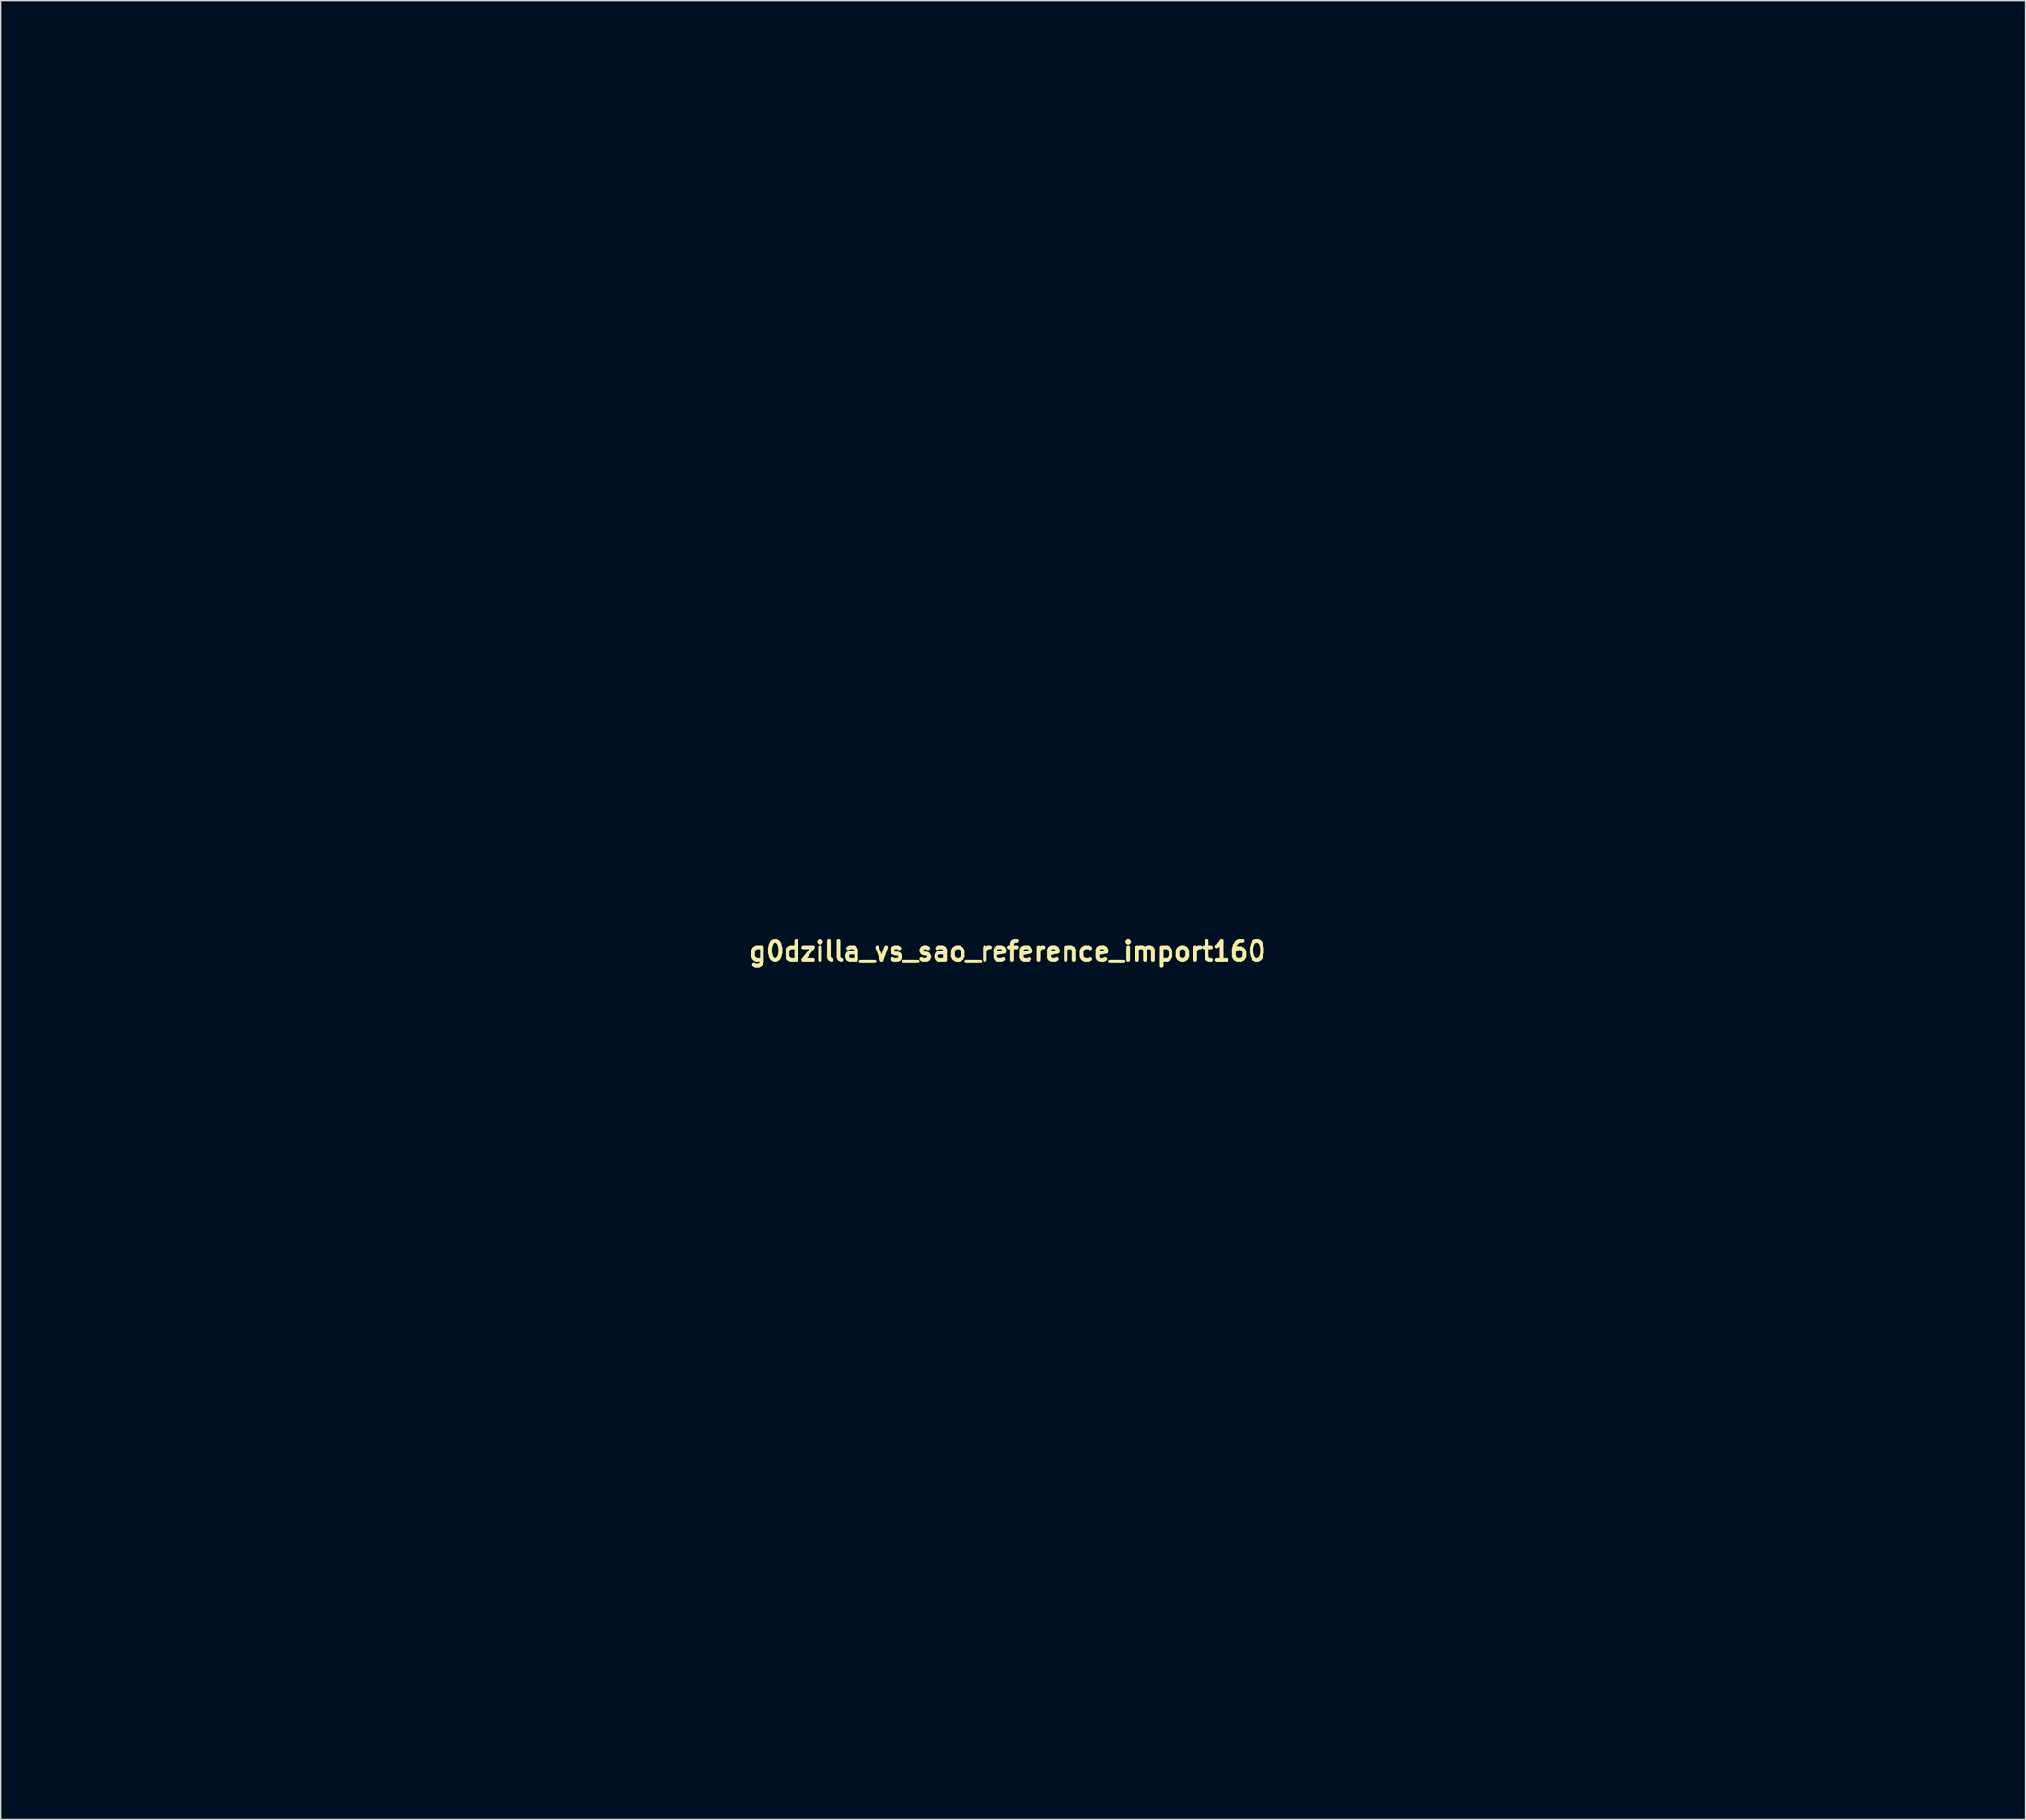
<source format=kicad_pcb>
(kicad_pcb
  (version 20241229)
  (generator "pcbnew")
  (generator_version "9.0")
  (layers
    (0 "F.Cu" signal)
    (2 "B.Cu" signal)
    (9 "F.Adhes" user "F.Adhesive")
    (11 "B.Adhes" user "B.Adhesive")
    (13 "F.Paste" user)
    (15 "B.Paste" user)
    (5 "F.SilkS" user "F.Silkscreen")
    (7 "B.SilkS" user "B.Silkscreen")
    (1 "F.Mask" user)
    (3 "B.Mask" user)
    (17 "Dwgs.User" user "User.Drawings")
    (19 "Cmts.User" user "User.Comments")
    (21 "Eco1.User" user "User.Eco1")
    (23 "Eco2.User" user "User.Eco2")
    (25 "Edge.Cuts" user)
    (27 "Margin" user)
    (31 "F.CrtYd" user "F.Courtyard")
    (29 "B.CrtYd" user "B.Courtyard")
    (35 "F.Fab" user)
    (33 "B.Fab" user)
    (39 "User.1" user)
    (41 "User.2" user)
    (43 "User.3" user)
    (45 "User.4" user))
  (footprint "g0dzilla_vs_sao_reference_import160"
    (layer "F.Cu")
    (at 78.68 74.116)
    (property "Reference" "g0dzilla_vs_sao_reference_import160" (at 0 0 0) (layer "F.SilkS") (effects (font (size 1.5 1.5) (thickness 0.3))))
    (attr board_only exclude_from_pos_files exclude_from_bom)
    (fp_poly (pts (xy -72.486 8.858) (xy -72.486 9.904) (xy -71.355 9.904) (xy -70.224 9.904) (xy -70.224 10.096) (xy -70.224 10.288) (xy -71.355 10.288) (xy -72.486 10.288) (xy -72.486 11.334) (xy -72.486 12.38) (xy -72.657 12.38) (xy -72.828 12.38) (xy -72.828 11.334) (xy -72.828 10.288) (xy -73.852 10.288) (xy -74.877 10.288) (xy -74.877 10.096) (xy -74.877 9.904) (xy -73.852 9.904) (xy -72.828 9.904) (xy -72.828 8.858) (xy -72.828 7.812) (xy -72.657 7.812) (xy -72.486 7.812)) (stroke (width 0.1) (type solid)) (fill no) (layer "Eco1.User"))
    (fp_poly (pts (xy -72.443 -72.998) (xy -72.443 -71.931) (xy -71.333 -71.931) (xy -70.224 -71.931) (xy -70.224 -71.76) (xy -70.224 -71.59) (xy -71.333 -71.59) (xy -72.443 -71.59) (xy -72.443 -70.522) (xy -72.443 -69.455) (xy -72.613 -69.455) (xy -72.783 -69.455) (xy -72.795 -70.512) (xy -72.806 -71.568) (xy -73.841 -71.58) (xy -74.877 -71.591) (xy -74.877 -71.761) (xy -74.877 -71.931) (xy -73.831 -71.931) (xy -72.785 -71.931) (xy -72.785 -72.998) (xy -72.785 -74.066) (xy -72.614 -74.066) (xy -72.443 -74.066)) (stroke (width 0.1) (type solid)) (fill no) (layer "Eco1.User"))
    (fp_poly (pts (xy -72.443 -36.99) (xy -72.443 -35.944) (xy -71.333 -35.944) (xy -70.224 -35.944) (xy -70.224 -35.752) (xy -70.224 -35.56) (xy -71.333 -35.56) (xy -72.443 -35.56) (xy -72.443 -34.514) (xy -72.443 -33.468) (xy -72.614 -33.468) (xy -72.785 -33.468) (xy -72.785 -34.514) (xy -72.785 -35.56) (xy -73.831 -35.56) (xy -74.877 -35.56) (xy -74.877 -35.752) (xy -74.877 -35.944) (xy -73.831 -35.944) (xy -72.785 -35.944) (xy -72.785 -36.99) (xy -72.785 -38.036) (xy -72.614 -38.036) (xy -72.443 -38.036)) (stroke (width 0.1) (type solid)) (fill no) (layer "Eco1.User"))
    (fp_poly (pts (xy -72.358 63.777) (xy -72.358 64.845) (xy -71.227 64.845) (xy -70.095 64.845) (xy -70.095 65.015) (xy -70.095 65.186) (xy -71.227 65.186) (xy -72.358 65.186) (xy -72.358 66.253) (xy -72.358 67.321) (xy -72.528 67.321) (xy -72.698 67.321) (xy -72.709 66.264) (xy -72.721 65.208) (xy -73.756 65.196) (xy -74.791 65.185) (xy -74.791 65.015) (xy -74.791 64.845) (xy -73.745 64.845) (xy -72.699 64.845) (xy -72.699 63.777) (xy -72.699 62.71) (xy -72.529 62.71) (xy -72.358 62.71)) (stroke (width 0.1) (type solid)) (fill no) (layer "Eco1.User"))
    (fp_poly (pts (xy 73.468 -36.969) (xy 73.468 -35.902) (xy 74.599 -35.902) (xy 75.73 -35.902) (xy 75.73 -35.731) (xy 75.73 -35.561) (xy 74.61 -35.55) (xy 73.489 -35.539) (xy 73.478 -34.482) (xy 73.466 -33.426) (xy 73.296 -33.426) (xy 73.126 -33.426) (xy 73.126 -34.493) (xy 73.126 -35.56) (xy 72.102 -35.56) (xy 71.077 -35.56) (xy 71.077 -35.731) (xy 71.077 -35.902) (xy 72.102 -35.902) (xy 73.126 -35.902) (xy 73.126 -36.969) (xy 73.126 -38.036) (xy 73.297 -38.036) (xy 73.468 -38.036)) (stroke (width 0.1) (type solid)) (fill no) (layer "Eco1.User"))
    (fp_poly (pts (xy 73.468 8.877) (xy 73.468 9.947) (xy 74.578 9.947) (xy 75.688 9.947) (xy 75.688 10.117) (xy 75.688 10.288) (xy 74.578 10.288) (xy 73.468 10.288) (xy 73.468 11.355) (xy 73.468 12.423) (xy 73.276 12.423) (xy 73.084 12.423) (xy 73.084 11.355) (xy 73.084 10.288) (xy 72.059 10.288) (xy 71.035 10.288) (xy 71.035 10.117) (xy 71.035 9.947) (xy 72.058 9.947) (xy 73.082 9.947) (xy 73.094 8.89) (xy 73.105 7.833) (xy 73.286 7.82) (xy 73.468 7.807)) (stroke (width 0.1) (type solid)) (fill no) (layer "Eco1.User"))
    (fp_poly (pts (xy 73.478 -72.966) (xy 73.489 -71.91) (xy 74.61 -71.898) (xy 75.73 -71.887) (xy 75.73 -71.717) (xy 75.73 -71.547) (xy 74.599 -71.547) (xy 73.468 -71.547) (xy 73.468 -70.48) (xy 73.468 -69.412) (xy 73.297 -69.412) (xy 73.126 -69.412) (xy 73.126 -70.48) (xy 73.126 -71.547) (xy 72.102 -71.547) (xy 71.077 -71.547) (xy 71.077 -71.718) (xy 71.077 -71.888) (xy 72.102 -71.888) (xy 73.126 -71.888) (xy 73.126 -72.956) (xy 73.126 -74.023) (xy 73.296 -74.023) (xy 73.466 -74.023)) (stroke (width 0.1) (type solid)) (fill no) (layer "Eco1.User"))
    (fp_poly (pts (xy 73.596 63.82) (xy 73.596 64.887) (xy 74.706 64.887) (xy 75.816 64.887) (xy 75.816 65.058) (xy 75.816 65.229) (xy 74.707 65.229) (xy 73.597 65.229) (xy 73.586 66.285) (xy 73.575 67.342) (xy 73.393 67.355) (xy 73.212 67.368) (xy 73.212 66.299) (xy 73.212 65.229) (xy 72.187 65.229) (xy 71.163 65.229) (xy 71.163 65.058) (xy 71.163 64.887) (xy 72.187 64.887) (xy 73.212 64.887) (xy 73.212 63.82) (xy 73.212 62.753) (xy 73.404 62.753) (xy 73.596 62.753)) (stroke (width 0.1) (type solid)) (fill no) (layer "Eco1.User"))
    (fp_poly (pts (xy 60.316 15.159) (xy 60.875 15.174) (xy 61.362 15.199) (xy 61.783 15.235) (xy 62.146 15.283) (xy 62.456 15.344) (xy 62.72 15.419) (xy 62.944 15.508) (xy 63.001 15.535) (xy 63.273 15.694) (xy 63.592 15.921) (xy 63.957 16.213) (xy 64.364 16.568) (xy 64.811 16.984) (xy 64.89 17.059) (xy 65.234 17.389) (xy 65.543 17.679) (xy 65.834 17.945) (xy 66.122 18.2) (xy 66.425 18.459) (xy 66.759 18.738) (xy 67.141 19.05) (xy 67.235 19.126) (xy 67.678 19.488) (xy 68.062 19.806) (xy 68.393 20.088) (xy 68.682 20.343) (xy 68.936 20.579) (xy 69.163 20.801) (xy 69.374 21.02) (xy 69.575 21.242) (xy 69.659 21.339) (xy 69.817 21.517) (xy 70.024 21.744) (xy 70.27 22.007) (xy 70.542 22.296) (xy 70.83 22.598) (xy 71.124 22.901) (xy 71.375 23.159) (xy 71.855 23.655) (xy 72.33 24.166) (xy 72.793 24.681) (xy 73.235 25.192) (xy 73.65 25.689) (xy 74.029 26.162) (xy 74.364 26.602) (xy 74.647 27) (xy 74.775 27.193) (xy 75.219 27.885) (xy 75.652 28.563) (xy 76.072 29.222) (xy 76.474 29.856) (xy 76.855 30.459) (xy 77.211 31.026) (xy 77.54 31.552) (xy 77.837 32.03) (xy 78.099 32.455) (xy 78.323 32.822) (xy 78.505 33.125) (xy 78.558 33.216) (xy 78.723 33.52) (xy 78.883 33.859) (xy 79.029 34.21) (xy 79.15 34.546) (xy 79.237 34.844) (xy 79.254 34.92) (xy 79.263 34.965) (xy 79.272 35.011) (xy 79.28 35.063) (xy 79.287 35.123) (xy 79.294 35.194) (xy 79.301 35.281) (xy 79.307 35.386) (xy 79.313 35.514) (xy 79.319 35.666) (xy 79.324 35.848) (xy 79.33 36.061) (xy 79.336 36.311) (xy 79.341 36.599) (xy 79.347 36.93) (xy 79.353 37.306) (xy 79.359 37.732) (xy 79.365 38.211) (xy 79.372 38.745) (xy 79.379 39.339) (xy 79.387 39.996) (xy 79.396 40.719) (xy 79.405 41.512) (xy 79.414 42.378) (xy 79.425 43.32) (xy 79.436 44.342) (xy 79.443 45.004) (xy 79.52 52.078) (xy 79.361 52.63) (xy 79.291 52.863) (xy 79.227 53.046) (xy 79.159 53.204) (xy 79.072 53.363) (xy 78.956 53.55) (xy 78.866 53.687) (xy 78.673 53.963) (xy 78.471 54.217) (xy 78.239 54.476) (xy 78.006 54.713) (xy 77.805 54.911) (xy 77.643 55.062) (xy 77.501 55.181) (xy 77.359 55.282) (xy 77.199 55.382) (xy 77 55.494) (xy 76.916 55.54) (xy 76.661 55.674) (xy 76.409 55.792) (xy 76.139 55.904) (xy 75.828 56.02) (xy 75.48 56.14) (xy 74.61 56.432) (xy 59.706 56.448) (xy 58.517 56.449) (xy 57.318 56.45) (xy 56.114 56.451) (xy 54.911 56.452) (xy 53.712 56.452) (xy 52.523 56.453) (xy 51.349 56.453) (xy 50.194 56.453) (xy 49.063 56.452) (xy 47.961 56.452) (xy 46.893 56.452) (xy 45.863 56.451) (xy 44.876 56.45) (xy 43.938 56.449) (xy 43.052 56.448) (xy 42.224 56.447) (xy 41.459 56.445) (xy 40.76 56.444) (xy 40.134 56.442) (xy 39.584 56.44) (xy 39.21 56.439) (xy 33.618 56.414) (xy 32.862 56.15) (xy 32.163 55.882) (xy 31.545 55.589) (xy 31.517 55.574) (xy 31.284 55.448) (xy 31.102 55.342) (xy 30.949 55.239) (xy 30.804 55.125) (xy 30.645 54.983) (xy 30.451 54.797) (xy 30.429 54.776) (xy 30.158 54.502) (xy 29.929 54.244) (xy 29.717 53.97) (xy 29.549 53.73) (xy 29.401 53.511) (xy 29.293 53.34) (xy 29.212 53.195) (xy 29.15 53.056) (xy 29.094 52.899) (xy 29.035 52.704) (xy 29.012 52.623) (xy 28.856 52.077) (xy 28.856 52.026) (xy 29.224 52.026) (xy 29.363 52.523) (xy 29.42 52.72) (xy 29.473 52.877) (xy 29.532 53.015) (xy 29.607 53.154) (xy 29.709 53.316) (xy 29.849 53.522) (xy 29.877 53.564) (xy 30.186 53.984) (xy 30.497 54.348) (xy 30.824 54.664) (xy 31.177 54.942) (xy 31.569 55.189) (xy 32.013 55.415) (xy 32.52 55.628) (xy 32.999 55.802) (xy 33.831 56.088) (xy 38.74 56.087) (xy 43.65 56.087) (xy 43.366 55.988) (xy 43.225 55.932) (xy 43.032 55.845) (xy 42.807 55.738) (xy 42.574 55.62) (xy 42.491 55.577) (xy 42.252 55.448) (xy 42.065 55.34) (xy 41.908 55.235) (xy 41.758 55.116) (xy 41.591 54.968) (xy 41.408 54.796) (xy 41.147 54.536) (xy 40.927 54.29) (xy 40.72 54.028) (xy 40.528 53.758) (xy 40.38 53.54) (xy 40.271 53.37) (xy 40.19 53.228) (xy 40.127 53.092) (xy 40.073 52.94) (xy 40.015 52.753) (xy 39.979 52.628) (xy 39.819 52.065) (xy 39.819 52.047) (xy 40.184 52.047) (xy 40.324 52.533) (xy 40.382 52.727) (xy 40.436 52.883) (xy 40.498 53.022) (xy 40.576 53.166) (xy 40.683 53.335) (xy 40.828 53.55) (xy 40.846 53.576) (xy 41.156 53.997) (xy 41.473 54.363) (xy 41.809 54.683) (xy 42.176 54.965) (xy 42.585 55.217) (xy 43.049 55.448) (xy 43.577 55.665) (xy 44.006 55.817) (xy 44.802 56.087) (xy 54.174 56.09) (xy 63.545 56.093) (xy 64.358 55.822) (xy 64.756 55.683) (xy 65.096 55.551) (xy 65.403 55.415) (xy 65.703 55.265) (xy 65.744 55.243) (xy 65.983 55.112) (xy 66.168 55.002) (xy 66.322 54.895) (xy 66.469 54.774) (xy 66.633 54.622) (xy 66.757 54.5) (xy 67.065 54.175) (xy 67.343 53.831) (xy 67.568 53.511) (xy 67.715 53.289) (xy 67.822 53.117) (xy 67.901 52.972) (xy 67.96 52.834) (xy 68.011 52.682) (xy 68.064 52.496) (xy 68.066 52.489) (xy 68.192 52.023) (xy 68.097 43.653) (xy 68.086 42.641) (xy 68.076 41.71) (xy 68.066 40.858) (xy 68.058 40.08) (xy 68.049 39.373) (xy 68.041 38.732) (xy 68.034 38.155) (xy 68.026 37.637) (xy 68.018 37.175) (xy 68.01 36.765) (xy 68.001 36.403) (xy 67.992 36.086) (xy 67.982 35.81) (xy 67.971 35.572) (xy 67.959 35.367) (xy 67.946 35.191) (xy 67.931 35.042) (xy 67.915 34.916) (xy 67.897 34.808) (xy 67.877 34.715) (xy 67.855 34.634) (xy 67.831 34.561) (xy 67.805 34.491) (xy 67.776 34.422) (xy 67.744 34.349) (xy 67.709 34.269) (xy 67.686 34.215) (xy 67.63 34.084) (xy 67.562 33.94) (xy 67.482 33.78) (xy 67.386 33.6) (xy 67.272 33.395) (xy 67.138 33.162) (xy 66.982 32.897) (xy 66.8 32.596) (xy 66.59 32.254) (xy 66.351 31.867) (xy 66.079 31.433) (xy 65.772 30.946) (xy 65.428 30.402) (xy 65.044 29.799) (xy 64.618 29.13) (xy 64.253 28.559) (xy 63.99 28.148) (xy 63.765 27.799) (xy 63.572 27.502) (xy 63.402 27.246) (xy 63.249 27.022) (xy 63.106 26.819) (xy 62.965 26.627) (xy 62.818 26.436) (xy 62.66 26.236) (xy 62.482 26.016) (xy 62.277 25.766) (xy 62.186 25.656) (xy 61.749 25.137) (xy 61.308 24.633) (xy 60.845 24.125) (xy 60.343 23.594) (xy 60.064 23.306) (xy 59.779 23.012) (xy 59.492 22.712) (xy 59.213 22.419) (xy 58.953 22.143) (xy 58.722 21.895) (xy 58.531 21.686) (xy 58.392 21.53) (xy 58.195 21.311) (xy 57.979 21.087) (xy 57.739 20.853) (xy 57.465 20.601) (xy 57.151 20.325) (xy 56.79 20.018) (xy 56.373 19.674) (xy 55.965 19.342) (xy 55.71 19.133) (xy 55.435 18.905) (xy 55.163 18.675) (xy 54.916 18.464) (xy 54.739 18.309) (xy 54.563 18.153) (xy 54.408 18.02) (xy 54.287 17.918) (xy 54.211 17.857) (xy 54.19 17.844) (xy 54.151 17.871) (xy 54.06 17.945) (xy 53.927 18.058) (xy 53.765 18.199) (xy 53.645 18.304) (xy 53.437 18.486) (xy 53.184 18.702) (xy 52.911 18.931) (xy 52.64 19.156) (xy 52.444 19.316) (xy 51.983 19.69) (xy 51.584 20.02) (xy 51.24 20.311) (xy 50.943 20.57) (xy 50.688 20.803) (xy 50.466 21.015) (xy 50.271 21.215) (xy 50.097 21.407) (xy 50.027 21.487) (xy 49.895 21.637) (xy 49.712 21.838) (xy 49.489 22.078) (xy 49.235 22.346) (xy 48.961 22.633) (xy 48.677 22.927) (xy 48.392 23.218) (xy 48.387 23.223) (xy 47.98 23.64) (xy 47.62 24.017) (xy 47.292 24.371) (xy 46.981 24.719) (xy 46.67 25.078) (xy 46.344 25.466) (xy 46.231 25.604) (xy 46.019 25.862) (xy 45.835 26.087) (xy 45.672 26.29) (xy 45.525 26.479) (xy 45.385 26.664) (xy 45.247 26.854) (xy 45.104 27.059) (xy 44.95 27.287) (xy 44.778 27.547) (xy 44.581 27.85) (xy 44.352 28.205) (xy 44.086 28.62) (xy 44.021 28.72) (xy 43.67 29.271) (xy 43.321 29.819) (xy 42.98 30.357) (xy 42.651 30.878) (xy 42.339 31.375) (xy 42.047 31.842) (xy 41.78 32.272) (xy 41.543 32.656) (xy 41.34 32.99) (xy 41.174 33.265) (xy 41.06 33.459) (xy 40.816 33.929) (xy 40.613 34.419) (xy 40.465 34.894) (xy 40.464 34.898) (xy 40.454 34.941) (xy 40.444 34.987) (xy 40.435 35.04) (xy 40.427 35.103) (xy 40.42 35.181) (xy 40.412 35.276) (xy 40.406 35.393) (xy 40.399 35.536) (xy 40.393 35.707) (xy 40.387 35.91) (xy 40.381 36.15) (xy 40.375 36.43) (xy 40.368 36.753) (xy 40.362 37.123) (xy 40.356 37.545) (xy 40.349 38.02) (xy 40.342 38.554) (xy 40.334 39.149) (xy 40.326 39.81) (xy 40.317 40.54) (xy 40.307 41.343) (xy 40.297 42.222) (xy 40.286 43.182) (xy 40.281 43.643) (xy 40.184 52.047) (xy 39.819 52.047) (xy 39.912 43.802) (xy 39.922 42.964) (xy 39.931 42.146) (xy 39.941 41.353) (xy 39.951 40.589) (xy 39.961 39.858) (xy 39.97 39.164) (xy 39.979 38.512) (xy 39.988 37.907) (xy 39.997 37.352) (xy 40.005 36.852) (xy 40.013 36.41) (xy 40.02 36.033) (xy 40.027 35.722) (xy 40.033 35.484) (xy 40.038 35.323) (xy 40.043 35.242) (xy 40.043 35.238) (xy 40.079 34.987) (xy 40.121 34.773) (xy 40.177 34.568) (xy 40.255 34.343) (xy 40.362 34.071) (xy 40.365 34.065) (xy 40.43 33.915) (xy 40.513 33.742) (xy 40.617 33.542) (xy 40.742 33.311) (xy 40.892 33.047) (xy 41.069 32.745) (xy 41.274 32.402) (xy 41.51 32.014) (xy 41.78 31.578) (xy 42.084 31.089) (xy 42.427 30.545) (xy 42.809 29.941) (xy 43.233 29.275) (xy 43.702 28.541) (xy 43.836 28.332) (xy 44.099 27.922) (xy 44.324 27.574) (xy 44.517 27.277) (xy 44.688 27.021) (xy 44.842 26.796) (xy 44.988 26.591) (xy 45.133 26.395) (xy 45.284 26.199) (xy 45.448 25.991) (xy 45.634 25.762) (xy 45.848 25.502) (xy 45.873 25.472) (xy 46.266 25.003) (xy 46.658 24.551) (xy 47.068 24.098) (xy 47.51 23.625) (xy 47.996 23.12) (xy 48.285 22.822) (xy 48.576 22.518) (xy 48.86 22.22) (xy 49.126 21.937) (xy 49.364 21.682) (xy 49.562 21.465) (xy 49.711 21.298) (xy 49.711 21.298) (xy 49.906 21.081) (xy 50.107 20.868) (xy 50.323 20.653) (xy 50.563 20.428) (xy 50.836 20.185) (xy 51.149 19.916) (xy 51.51 19.614) (xy 51.929 19.271) (xy 52.09 19.141) (xy 52.353 18.926) (xy 52.632 18.695) (xy 52.907 18.464) (xy 53.158 18.25) (xy 53.366 18.07) (xy 53.397 18.042) (xy 53.923 17.575) (xy 53.918 17.57) (xy 54.497 17.57) (xy 54.509 17.603) (xy 54.516 17.612) (xy 54.587 17.685) (xy 54.714 17.803) (xy 54.887 17.959) (xy 55.097 18.142) (xy 55.332 18.345) (xy 55.585 18.559) (xy 55.843 18.776) (xy 56.098 18.986) (xy 56.243 19.104) (xy 56.711 19.485) (xy 57.117 19.822) (xy 57.469 20.123) (xy 57.774 20.393) (xy 58.038 20.639) (xy 58.27 20.868) (xy 58.476 21.085) (xy 58.627 21.255) (xy 58.763 21.409) (xy 58.948 21.612) (xy 59.174 21.856) (xy 59.431 22.129) (xy 59.708 22.42) (xy 59.995 22.721) (xy 60.283 23.019) (xy 60.316 23.052) (xy 60.745 23.5) (xy 61.175 23.962) (xy 61.599 24.429) (xy 62.009 24.893) (xy 62.397 25.346) (xy 62.758 25.778) (xy 63.083 26.182) (xy 63.365 26.549) (xy 63.597 26.869) (xy 63.706 27.032) (xy 63.977 27.449) (xy 64.266 27.899) (xy 64.569 28.372) (xy 64.881 28.863) (xy 65.199 29.363) (xy 65.517 29.865) (xy 65.83 30.362) (xy 66.135 30.846) (xy 66.426 31.311) (xy 66.699 31.748) (xy 66.949 32.151) (xy 67.171 32.512) (xy 67.362 32.824) (xy 67.516 33.079) (xy 67.629 33.27) (xy 67.635 33.282) (xy 67.811 33.616) (xy 67.978 33.986) (xy 68.123 34.36) (xy 68.234 34.707) (xy 68.262 34.813) (xy 68.275 34.868) (xy 68.287 34.925) (xy 68.298 34.986) (xy 68.308 35.055) (xy 68.318 35.135) (xy 68.327 35.231) (xy 68.335 35.345) (xy 68.343 35.482) (xy 68.351 35.645) (xy 68.358 35.837) (xy 68.365 36.061) (xy 68.371 36.323) (xy 68.378 36.624) (xy 68.385 36.968) (xy 68.391 37.36) (xy 68.398 37.803) (xy 68.405 38.299) (xy 68.412 38.854) (xy 68.42 39.469) (xy 68.428 40.15) (xy 68.437 40.898) (xy 68.446 41.719) (xy 68.456 42.615) (xy 68.467 43.59) (xy 68.476 44.429) (xy 68.559 52.082) (xy 68.404 52.626) (xy 68.342 52.837) (xy 68.287 53.003) (xy 68.229 53.144) (xy 68.157 53.283) (xy 68.06 53.44) (xy 67.929 53.637) (xy 67.863 53.735) (xy 67.634 54.056) (xy 67.409 54.334) (xy 67.159 54.605) (xy 66.983 54.781) (xy 66.785 54.97) (xy 66.625 55.115) (xy 66.48 55.23) (xy 66.329 55.332) (xy 66.149 55.438) (xy 65.92 55.562) (xy 65.893 55.576) (xy 65.662 55.695) (xy 65.433 55.807) (xy 65.226 55.903) (xy 65.064 55.972) (xy 65.018 55.989) (xy 64.738 56.087) (xy 69.627 56.09) (xy 74.516 56.093) (xy 75.326 55.822) (xy 75.752 55.673) (xy 76.117 55.529) (xy 76.446 55.38) (xy 76.687 55.257) (xy 76.93 55.123) (xy 77.122 55.006) (xy 77.289 54.887) (xy 77.456 54.747) (xy 77.652 54.566) (xy 77.69 54.529) (xy 77.95 54.267) (xy 78.174 54.01) (xy 78.389 53.725) (xy 78.512 53.547) (xy 78.658 53.327) (xy 78.766 53.154) (xy 78.845 53.008) (xy 78.907 52.866) (xy 78.961 52.706) (xy 79.019 52.508) (xy 79.019 52.508) (xy 79.156 52.017) (xy 79.063 43.752) (xy 79.054 42.914) (xy 79.044 42.098) (xy 79.034 41.306) (xy 79.024 40.544) (xy 79.015 39.815) (xy 79.005 39.124) (xy 78.996 38.476) (xy 78.987 37.873) (xy 78.978 37.322) (xy 78.97 36.825) (xy 78.962 36.388) (xy 78.955 36.014) (xy 78.948 35.708) (xy 78.943 35.473) (xy 78.937 35.316) (xy 78.933 35.239) (xy 78.933 35.235) (xy 78.906 35.068) (xy 78.879 34.909) (xy 78.865 34.834) (xy 78.822 34.681) (xy 78.747 34.473) (xy 78.648 34.23) (xy 78.535 33.973) (xy 78.416 33.721) (xy 78.299 33.496) (xy 78.241 33.394) (xy 78.092 33.145) (xy 77.902 32.831) (xy 77.675 32.463) (xy 77.418 32.046) (xy 77.134 31.59) (xy 76.828 31.103) (xy 76.507 30.591) (xy 76.174 30.065) (xy 75.835 29.53) (xy 75.495 28.996) (xy 75.294 28.681) (xy 75.022 28.256) (xy 74.788 27.894) (xy 74.588 27.585) (xy 74.413 27.32) (xy 74.257 27.089) (xy 74.114 26.883) (xy 73.977 26.693) (xy 73.838 26.51) (xy 73.693 26.323) (xy 73.533 26.123) (xy 73.352 25.902) (xy 73.144 25.65) (xy 72.659 25.075) (xy 72.174 24.525) (xy 71.664 23.974) (xy 71.109 23.397) (xy 71.106 23.394) (xy 70.823 23.102) (xy 70.531 22.799) (xy 70.244 22.497) (xy 69.973 22.209) (xy 69.731 21.948) (xy 69.529 21.727) (xy 69.427 21.613) (xy 69.221 21.384) (xy 69.011 21.162) (xy 68.79 20.941) (xy 68.548 20.713) (xy 68.278 20.469) (xy 67.971 20.203) (xy 67.618 19.906) (xy 67.211 19.571) (xy 66.899 19.319) (xy 66.417 18.924) (xy 65.982 18.554) (xy 65.569 18.19) (xy 65.156 17.81) (xy 64.72 17.394) (xy 64.546 17.225) (xy 64.228 16.924) (xy 63.907 16.64) (xy 63.594 16.381) (xy 63.303 16.158) (xy 63.044 15.979) (xy 62.838 15.859) (xy 62.682 15.792) (xy 62.491 15.729) (xy 62.364 15.695) (xy 62.186 15.656) (xy 62.013 15.624) (xy 61.835 15.599) (xy 61.642 15.578) (xy 61.425 15.563) (xy 61.174 15.553) (xy 60.881 15.546) (xy 60.534 15.544) (xy 60.125 15.544) (xy 59.645 15.547) (xy 59.423 15.549) (xy 58.906 15.555) (xy 58.465 15.562) (xy 58.093 15.572) (xy 57.781 15.585) (xy 57.519 15.602) (xy 57.3 15.625) (xy 57.115 15.653) (xy 56.956 15.689) (xy 56.813 15.732) (xy 56.679 15.785) (xy 56.544 15.847) (xy 56.497 15.871) (xy 56.251 16.014) (xy 55.962 16.215) (xy 55.641 16.464) (xy 55.3 16.753) (xy 54.961 17.062) (xy 54.773 17.24) (xy 54.64 17.371) (xy 54.555 17.463) (xy 54.51 17.526) (xy 54.497 17.57) (xy 53.918 17.57) (xy 53.482 17.13) (xy 53.272 16.927) (xy 53.029 16.708) (xy 52.783 16.498) (xy 52.572 16.331) (xy 52.356 16.171) (xy 52.158 16.035) (xy 51.969 15.92) (xy 51.78 15.824) (xy 51.582 15.745) (xy 51.368 15.683) (xy 51.128 15.634) (xy 50.854 15.598) (xy 50.538 15.573) (xy 50.169 15.556) (xy 49.741 15.546) (xy 49.244 15.541) (xy 48.708 15.54) (xy 48.218 15.541) (xy 47.802 15.544) (xy 47.451 15.549) (xy 47.155 15.558) (xy 46.903 15.57) (xy 46.685 15.587) (xy 46.49 15.608) (xy 46.309 15.636) (xy 46.131 15.67) (xy 45.962 15.707) (xy 45.747 15.774) (xy 45.513 15.881) (xy 45.257 16.033) (xy 44.972 16.234) (xy 44.653 16.488) (xy 44.293 16.798) (xy 43.889 17.169) (xy 43.696 17.352) (xy 43.344 17.687) (xy 43.037 17.975) (xy 42.763 18.228) (xy 42.505 18.459) (xy 42.25 18.681) (xy 41.984 18.906) (xy 41.692 19.148) (xy 41.359 19.418) (xy 41.332 19.44) (xy 40.891 19.799) (xy 40.509 20.116) (xy 40.181 20.396) (xy 39.895 20.648) (xy 39.646 20.88) (xy 39.424 21.098) (xy 39.221 21.31) (xy 39.028 21.525) (xy 39.019 21.535) (xy 38.878 21.693) (xy 38.687 21.902) (xy 38.456 22.149) (xy 38.197 22.425) (xy 37.917 22.719) (xy 37.629 23.02) (xy 37.342 23.316) (xy 37.331 23.328) (xy 36.623 24.069) (xy 35.98 24.772) (xy 35.398 25.443) (xy 34.869 26.09) (xy 34.388 26.721) (xy 33.949 27.342) (xy 33.653 27.791) (xy 33.284 28.368) (xy 32.956 28.88) (xy 32.665 29.337) (xy 32.405 29.744) (xy 32.172 30.111) (xy 31.961 30.444) (xy 31.767 30.751) (xy 31.585 31.04) (xy 31.411 31.318) (xy 31.239 31.594) (xy 31.064 31.874) (xy 31.029 31.931) (xy 30.768 32.353) (xy 30.548 32.71) (xy 30.365 33.012) (xy 30.214 33.267) (xy 30.09 33.482) (xy 29.988 33.665) (xy 29.904 33.826) (xy 29.833 33.972) (xy 29.771 34.111) (xy 29.728 34.215) (xy 29.692 34.303) (xy 29.658 34.38) (xy 29.628 34.452) (xy 29.6 34.522) (xy 29.574 34.593) (xy 29.551 34.67) (xy 29.53 34.755) (xy 29.511 34.853) (xy 29.493 34.968) (xy 29.478 35.102) (xy 29.464 35.261) (xy 29.451 35.446) (xy 29.44 35.663) (xy 29.429 35.915) (xy 29.42 36.205) (xy 29.411 36.538) (xy 29.402 36.917) (xy 29.394 37.345) (xy 29.387 37.827) (xy 29.379 38.366) (xy 29.371 38.965) (xy 29.363 39.63) (xy 29.355 40.362) (xy 29.346 41.166) (xy 29.336 42.046) (xy 29.325 43.006) (xy 29.318 43.654) (xy 29.224 52.026) (xy 28.856 52.026) (xy 28.94 44.342) (xy 28.951 43.307) (xy 28.962 42.354) (xy 28.972 41.479) (xy 28.981 40.679) (xy 28.989 39.95) (xy 28.997 39.288) (xy 29.005 38.69) (xy 29.012 38.153) (xy 29.019 37.673) (xy 29.026 37.246) (xy 29.033 36.868) (xy 29.039 36.537) (xy 29.046 36.248) (xy 29.052 35.998) (xy 29.059 35.783) (xy 29.066 35.6) (xy 29.073 35.446) (xy 29.081 35.316) (xy 29.089 35.207) (xy 29.098 35.116) (xy 29.107 35.038) (xy 29.117 34.971) (xy 29.128 34.911) (xy 29.137 34.867) (xy 29.212 34.586) (xy 29.327 34.259) (xy 29.47 33.911) (xy 29.633 33.565) (xy 29.764 33.319) (xy 29.876 33.124) (xy 30.032 32.864) (xy 30.226 32.543) (xy 30.455 32.169) (xy 30.717 31.746) (xy 31.006 31.282) (xy 31.32 30.781) (xy 31.654 30.249) (xy 32.006 29.693) (xy 32.371 29.118) (xy 32.723 28.566) (xy 32.996 28.139) (xy 33.23 27.775) (xy 33.431 27.464) (xy 33.607 27.197) (xy 33.762 26.965) (xy 33.906 26.758) (xy 34.042 26.568) (xy 34.179 26.385) (xy 34.324 26.199) (xy 34.481 26.001) (xy 34.659 25.783) (xy 34.864 25.534) (xy 34.914 25.473) (xy 35.307 25.003) (xy 35.695 24.556) (xy 36.093 24.113) (xy 36.518 23.656) (xy 36.989 23.165) (xy 37.076 23.076) (xy 37.363 22.779) (xy 37.652 22.478) (xy 37.932 22.183) (xy 38.194 21.905) (xy 38.426 21.655) (xy 38.619 21.444) (xy 38.763 21.282) (xy 38.768 21.277) (xy 38.96 21.062) (xy 39.169 20.845) (xy 39.401 20.617) (xy 39.665 20.373) (xy 39.967 20.106) (xy 40.316 19.808) (xy 40.718 19.473) (xy 41.181 19.095) (xy 41.195 19.084) (xy 41.647 18.713) (xy 42.055 18.37) (xy 42.439 18.035) (xy 42.821 17.689) (xy 43.222 17.314) (xy 43.568 16.984) (xy 43.97 16.603) (xy 44.327 16.282) (xy 44.651 16.016) (xy 44.951 15.798) (xy 45.238 15.624) (xy 45.522 15.487) (xy 45.815 15.383) (xy 46.125 15.305) (xy 46.465 15.249) (xy 46.844 15.208) (xy 46.964 15.198) (xy 47.236 15.183) (xy 47.574 15.17) (xy 47.963 15.162) (xy 48.382 15.157) (xy 48.815 15.156) (xy 49.244 15.159) (xy 49.651 15.166) (xy 50.017 15.176) (xy 50.324 15.19) (xy 50.452 15.198) (xy 50.89 15.242) (xy 51.28 15.306) (xy 51.635 15.397) (xy 51.966 15.521) (xy 52.286 15.684) (xy 52.608 15.892) (xy 52.944 16.152) (xy 53.307 16.47) (xy 53.649 16.794) (xy 54.173 17.302) (xy 54.269 17.223) (xy 54.334 17.164) (xy 54.446 17.06) (xy 54.59 16.923) (xy 54.752 16.767) (xy 54.791 16.729) (xy 55.112 16.433) (xy 55.441 16.155) (xy 55.763 15.907) (xy 56.062 15.703) (xy 56.322 15.553) (xy 56.537 15.458) (xy 56.779 15.378) (xy 57.057 15.311) (xy 57.376 15.258) (xy 57.746 15.217) (xy 58.174 15.187) (xy 58.666 15.167) (xy 59.23 15.157) (xy 59.679 15.155)) (stroke (width 0.1) (type solid)) (fill no) (layer "Eco1.User"))
    (fp_poly (pts (xy -47.185 15.159) (xy -46.636 15.173) (xy -46.158 15.196) (xy -45.743 15.231) (xy -45.385 15.277) (xy -45.076 15.337) (xy -44.81 15.409) (xy -44.579 15.496) (xy -44.442 15.562) (xy -44.119 15.756) (xy -43.759 16.017) (xy -43.36 16.347) (xy -42.92 16.748) (xy -42.754 16.907) (xy -42.32 17.324) (xy -41.923 17.695) (xy -41.545 18.037) (xy -41.165 18.368) (xy -40.765 18.704) (xy -40.378 19.02) (xy -39.932 19.383) (xy -39.545 19.703) (xy -39.21 19.986) (xy -38.918 20.24) (xy -38.661 20.473) (xy -38.43 20.692) (xy -38.217 20.906) (xy -38.014 21.121) (xy -37.813 21.344) (xy -37.787 21.374) (xy -37.611 21.571) (xy -37.388 21.814) (xy -37.129 22.092) (xy -36.847 22.391) (xy -36.554 22.699) (xy -36.262 23.001) (xy -36.087 23.18) (xy -35.54 23.747) (xy -35.039 24.289) (xy -34.561 24.829) (xy -34.084 25.393) (xy -34.042 25.443) (xy -33.826 25.705) (xy -33.639 25.934) (xy -33.474 26.14) (xy -33.324 26.333) (xy -33.182 26.522) (xy -33.041 26.719) (xy -32.893 26.932) (xy -32.731 27.172) (xy -32.549 27.45) (xy -32.339 27.774) (xy -32.094 28.155) (xy -31.958 28.367) (xy -31.482 29.112) (xy -31.049 29.79) (xy -30.659 30.404) (xy -30.308 30.96) (xy -29.995 31.46) (xy -29.717 31.909) (xy -29.471 32.312) (xy -29.256 32.671) (xy -29.069 32.992) (xy -28.908 33.278) (xy -28.77 33.533) (xy -28.652 33.762) (xy -28.554 33.969) (xy -28.471 34.157) (xy -28.403 34.331) (xy -28.346 34.495) (xy -28.299 34.653) (xy -28.258 34.809) (xy -28.257 34.813) (xy -28.244 34.866) (xy -28.233 34.92) (xy -28.222 34.978) (xy -28.212 35.044) (xy -28.203 35.121) (xy -28.194 35.213) (xy -28.186 35.324) (xy -28.178 35.456) (xy -28.171 35.614) (xy -28.164 35.8) (xy -28.157 36.019) (xy -28.151 36.274) (xy -28.144 36.568) (xy -28.138 36.905) (xy -28.131 37.289) (xy -28.125 37.723) (xy -28.118 38.21) (xy -28.11 38.754) (xy -28.103 39.359) (xy -28.095 40.028) (xy -28.086 40.764) (xy -28.077 41.571) (xy -28.067 42.453) (xy -28.057 43.413) (xy -28.045 44.455) (xy -28.045 44.525) (xy -27.962 52.059) (xy -28.118 52.614) (xy -28.179 52.826) (xy -28.233 52.992) (xy -28.289 53.131) (xy -28.357 53.266) (xy -28.448 53.417) (xy -28.572 53.605) (xy -28.668 53.746) (xy -28.888 54.055) (xy -29.097 54.317) (xy -29.322 54.565) (xy -29.549 54.792) (xy -29.749 54.982) (xy -29.913 55.127) (xy -30.063 55.244) (xy -30.223 55.35) (xy -30.414 55.46) (xy -30.612 55.567) (xy -30.97 55.745) (xy -31.355 55.912) (xy -31.79 56.076) (xy -32.008 56.152) (xy -32.829 56.432) (xy -47.759 56.448) (xy -48.949 56.449) (xy -50.148 56.45) (xy -51.352 56.451) (xy -52.556 56.452) (xy -53.754 56.452) (xy -54.943 56.452) (xy -56.117 56.453) (xy -57.272 56.453) (xy -58.402 56.452) (xy -59.504 56.452) (xy -60.571 56.452) (xy -61.601 56.451) (xy -62.587 56.45) (xy -63.525 56.449) (xy -64.41 56.448) (xy -65.237 56.447) (xy -66.002 56.445) (xy -66.7 56.444) (xy -67.326 56.442) (xy -67.875 56.44) (xy -68.26 56.439) (xy -73.831 56.414) (xy -74.642 56.13) (xy -75.159 55.938) (xy -75.608 55.747) (xy -76.007 55.548) (xy -76.246 55.415) (xy -76.437 55.298) (xy -76.606 55.177) (xy -76.777 55.036) (xy -76.974 54.856) (xy -77.04 54.795) (xy -77.275 54.563) (xy -77.474 54.347) (xy -77.659 54.118) (xy -77.854 53.849) (xy -77.919 53.755) (xy -78.068 53.533) (xy -78.179 53.362) (xy -78.261 53.219) (xy -78.324 53.086) (xy -78.377 52.941) (xy -78.431 52.764) (xy -78.474 52.614) (xy -78.63 52.059) (xy -78.629 52.034) (xy -78.262 52.034) (xy -78.121 52.528) (xy -78.063 52.726) (xy -78.008 52.884) (xy -77.947 53.024) (xy -77.87 53.166) (xy -77.764 53.333) (xy -77.62 53.545) (xy -77.606 53.565) (xy -77.23 54.063) (xy -76.832 54.5) (xy -76.812 54.521) (xy -76.631 54.694) (xy -76.477 54.829) (xy -76.327 54.943) (xy -76.157 55.052) (xy -75.944 55.173) (xy -75.816 55.242) (xy -75.475 55.414) (xy -75.122 55.57) (xy -74.728 55.722) (xy -74.45 55.819) (xy -73.66 56.087) (xy -68.751 56.088) (xy -63.842 56.089) (xy -64.162 55.972) (xy -64.318 55.908) (xy -64.525 55.813) (xy -64.759 55.7) (xy -64.995 55.578) (xy -65.058 55.544) (xy -65.289 55.418) (xy -65.469 55.311) (xy -65.62 55.207) (xy -65.764 55.091) (xy -65.923 54.946) (xy -66.116 54.757) (xy -66.454 54.401) (xy -66.749 54.04) (xy -66.975 53.724) (xy -67.121 53.506) (xy -67.229 53.336) (xy -67.309 53.192) (xy -67.372 53.051) (xy -67.428 52.893) (xy -67.488 52.695) (xy -67.509 52.621) (xy -67.658 52.098) (xy -67.278 52.098) (xy -67.147 52.562) (xy -67.087 52.763) (xy -67.028 52.926) (xy -66.959 53.075) (xy -66.867 53.235) (xy -66.741 53.429) (xy -66.677 53.524) (xy -66.306 54.014) (xy -65.881 54.481) (xy -65.692 54.667) (xy -65.538 54.808) (xy -65.396 54.921) (xy -65.243 55.023) (xy -65.057 55.131) (xy -64.849 55.244) (xy -64.492 55.423) (xy -64.113 55.587) (xy -63.687 55.747) (xy -63.482 55.818) (xy -62.689 56.087) (xy -53.317 56.09) (xy -43.946 56.093) (xy -43.129 55.82) (xy -42.543 55.609) (xy -42.031 55.39) (xy -41.581 55.155) (xy -41.182 54.895) (xy -40.823 54.603) (xy -40.492 54.27) (xy -40.177 53.889) (xy -39.955 53.582) (xy -39.808 53.364) (xy -39.699 53.194) (xy -39.619 53.05) (xy -39.557 52.911) (xy -39.502 52.757) (xy -39.444 52.564) (xy -39.433 52.524) (xy -39.288 52.017) (xy -39.384 43.65) (xy -39.395 42.639) (xy -39.405 41.71) (xy -39.415 40.859) (xy -39.424 40.083) (xy -39.432 39.377) (xy -39.44 38.737) (xy -39.448 38.161) (xy -39.456 37.644) (xy -39.464 37.183) (xy -39.472 36.774) (xy -39.48 36.413) (xy -39.49 36.097) (xy -39.5 35.822) (xy -39.511 35.584) (xy -39.523 35.379) (xy -39.536 35.204) (xy -39.551 35.054) (xy -39.567 34.928) (xy -39.586 34.819) (xy -39.606 34.726) (xy -39.628 34.644) (xy -39.652 34.569) (xy -39.679 34.498) (xy -39.709 34.427) (xy -39.741 34.353) (xy -39.776 34.271) (xy -39.799 34.215) (xy -39.865 34.064) (xy -39.954 33.884) (xy -40.066 33.67) (xy -40.204 33.421) (xy -40.37 33.132) (xy -40.565 32.801) (xy -40.793 32.424) (xy -41.054 31.998) (xy -41.352 31.519) (xy -41.687 30.985) (xy -42.061 30.392) (xy -42.478 29.736) (xy -42.938 29.015) (xy -43.299 28.452) (xy -43.558 28.049) (xy -43.779 27.707) (xy -43.969 27.416) (xy -44.137 27.165) (xy -44.289 26.944) (xy -44.434 26.74) (xy -44.58 26.545) (xy -44.733 26.347) (xy -44.902 26.136) (xy -45.094 25.9) (xy -45.317 25.63) (xy -45.366 25.571) (xy -45.77 25.089) (xy -46.154 24.647) (xy -46.538 24.222) (xy -46.943 23.79) (xy -47.391 23.329) (xy -47.454 23.266) (xy -47.734 22.979) (xy -48.018 22.685) (xy -48.295 22.396) (xy -48.553 22.122) (xy -48.781 21.877) (xy -48.968 21.672) (xy -49.069 21.558) (xy -49.245 21.359) (xy -49.428 21.164) (xy -49.625 20.966) (xy -49.844 20.759) (xy -50.092 20.534) (xy -50.377 20.286) (xy -50.707 20.007) (xy -51.089 19.69) (xy -51.531 19.329) (xy -51.547 19.316) (xy -51.811 19.1) (xy -52.081 18.876) (xy -52.341 18.657) (xy -52.576 18.457) (xy -52.769 18.29) (xy -52.849 18.219) (xy -53.296 17.816) (xy -53.852 18.312) (xy -54.078 18.511) (xy -54.347 18.741) (xy -54.631 18.981) (xy -54.907 19.209) (xy -55.069 19.34) (xy -55.555 19.735) (xy -55.98 20.087) (xy -56.349 20.403) (xy -56.67 20.69) (xy -56.951 20.955) (xy -57.199 21.204) (xy -57.422 21.443) (xy -57.502 21.534) (xy -57.646 21.695) (xy -57.839 21.907) (xy -58.072 22.157) (xy -58.334 22.435) (xy -58.614 22.73) (xy -58.903 23.032) (xy -59.19 23.328) (xy -59.195 23.333) (xy -59.702 23.86) (xy -60.159 24.351) (xy -60.584 24.822) (xy -60.991 25.293) (xy -61.312 25.677) (xy -61.52 25.931) (xy -61.702 26.154) (xy -61.862 26.355) (xy -62.009 26.545) (xy -62.15 26.733) (xy -62.29 26.928) (xy -62.437 27.141) (xy -62.598 27.381) (xy -62.78 27.657) (xy -62.989 27.98) (xy -63.233 28.36) (xy -63.415 28.644) (xy -63.713 29.111) (xy -64.016 29.588) (xy -64.321 30.069) (xy -64.623 30.548) (xy -64.917 31.016) (xy -65.2 31.467) (xy -65.466 31.894) (xy -65.712 32.29) (xy -65.934 32.649) (xy -66.126 32.963) (xy -66.285 33.225) (xy -66.407 33.429) (xy -66.482 33.559) (xy -66.63 33.851) (xy -66.773 34.176) (xy -66.899 34.506) (xy -66.997 34.813) (xy -67.042 34.993) (xy -67.051 35.045) (xy -67.059 35.112) (xy -67.067 35.198) (xy -67.075 35.307) (xy -67.082 35.443) (xy -67.089 35.61) (xy -67.096 35.811) (xy -67.103 36.051) (xy -67.109 36.333) (xy -67.116 36.662) (xy -67.123 37.04) (xy -67.13 37.473) (xy -67.138 37.964) (xy -67.145 38.516) (xy -67.154 39.134) (xy -67.162 39.822) (xy -67.172 40.582) (xy -67.182 41.421) (xy -67.192 42.34) (xy -67.193 42.433) (xy -67.203 43.228) (xy -67.212 44.015) (xy -67.22 44.786) (xy -67.228 45.537) (xy -67.236 46.262) (xy -67.243 46.955) (xy -67.25 47.612) (xy -67.256 48.225) (xy -67.262 48.791) (xy -67.266 49.302) (xy -67.27 49.755) (xy -67.273 50.142) (xy -67.275 50.459) (xy -67.277 50.7) (xy -67.277 50.819) (xy -67.278 52.098) (xy -67.658 52.098) (xy -67.666 52.073) (xy -67.58 44.233) (xy -67.569 43.204) (xy -67.559 42.258) (xy -67.549 41.39) (xy -67.54 40.596) (xy -67.531 39.873) (xy -67.524 39.218) (xy -67.516 38.626) (xy -67.509 38.095) (xy -67.502 37.62) (xy -67.495 37.198) (xy -67.489 36.825) (xy -67.482 36.499) (xy -67.476 36.214) (xy -67.469 35.968) (xy -67.462 35.757) (xy -67.455 35.578) (xy -67.447 35.426) (xy -67.439 35.298) (xy -67.431 35.192) (xy -67.422 35.102) (xy -67.412 35.025) (xy -67.402 34.958) (xy -67.391 34.898) (xy -67.379 34.84) (xy -67.378 34.837) (xy -67.308 34.583) (xy -67.202 34.281) (xy -67.07 33.956) (xy -66.922 33.632) (xy -66.768 33.334) (xy -66.736 33.276) (xy -66.581 33.011) (xy -66.387 32.686) (xy -66.152 32.301) (xy -65.876 31.854) (xy -65.557 31.344) (xy -65.195 30.768) (xy -64.789 30.126) (xy -64.338 29.417) (xy -63.841 28.638) (xy -63.656 28.347) (xy -63.393 27.937) (xy -63.169 27.589) (xy -62.976 27.293) (xy -62.807 27.038) (xy -62.655 26.815) (xy -62.512 26.613) (xy -62.372 26.422) (xy -62.226 26.233) (xy -62.069 26.034) (xy -61.892 25.816) (xy -61.688 25.569) (xy -61.585 25.444) (xy -61.126 24.9) (xy -60.656 24.366) (xy -60.158 23.823) (xy -59.615 23.252) (xy -59.442 23.073) (xy -59.155 22.777) (xy -58.867 22.476) (xy -58.587 22.181) (xy -58.325 21.903) (xy -58.093 21.653) (xy -57.9 21.442) (xy -57.756 21.281) (xy -57.753 21.277) (xy -57.576 21.079) (xy -57.396 20.887) (xy -57.203 20.693) (xy -56.989 20.49) (xy -56.746 20.271) (xy -56.465 20.028) (xy -56.139 19.753) (xy -55.76 19.44) (xy -55.443 19.181) (xy -55.123 18.919) (xy -54.812 18.661) (xy -54.52 18.416) (xy -54.255 18.19) (xy -54.025 17.99) (xy -53.839 17.824) (xy -53.705 17.699) (xy -53.642 17.635) (xy -53.568 17.552) (xy -53.012 17.552) (xy -52.986 17.591) (xy -52.902 17.678) (xy -52.767 17.804) (xy -52.59 17.964) (xy -52.379 18.15) (xy -52.14 18.356) (xy -51.882 18.574) (xy -51.613 18.798) (xy -51.34 19.021) (xy -51.312 19.044) (xy -50.846 19.423) (xy -50.442 19.758) (xy -50.091 20.056) (xy -49.786 20.324) (xy -49.519 20.569) (xy -49.283 20.797) (xy -49.071 21.016) (xy -48.874 21.231) (xy -48.822 21.291) (xy -48.674 21.457) (xy -48.477 21.673) (xy -48.241 21.927) (xy -47.976 22.208) (xy -47.694 22.505) (xy -47.404 22.807) (xy -47.129 23.092) (xy -46.597 23.645) (xy -46.114 24.166) (xy -45.66 24.673) (xy -45.219 25.187) (xy -44.996 25.454) (xy -44.786 25.709) (xy -44.603 25.932) (xy -44.442 26.133) (xy -44.296 26.32) (xy -44.158 26.502) (xy -44.022 26.69) (xy -43.88 26.893) (xy -43.727 27.12) (xy -43.555 27.381) (xy -43.358 27.684) (xy -43.129 28.04) (xy -42.862 28.457) (xy -42.831 28.506) (xy -42.469 29.074) (xy -42.112 29.635) (xy -41.766 30.182) (xy -41.434 30.709) (xy -41.12 31.21) (xy -40.828 31.678) (xy -40.562 32.106) (xy -40.327 32.488) (xy -40.127 32.816) (xy -39.966 33.085) (xy -39.864 33.258) (xy -39.706 33.555) (xy -39.552 33.883) (xy -39.413 34.216) (xy -39.3 34.532) (xy -39.221 34.804) (xy -39.214 34.834) (xy -39.182 35.013) (xy -39.152 35.235) (xy -39.13 35.456) (xy -39.128 35.496) (xy -39.125 35.578) (xy -39.121 35.74) (xy -39.116 35.98) (xy -39.111 36.291) (xy -39.105 36.67) (xy -39.098 37.113) (xy -39.091 37.614) (xy -39.083 38.17) (xy -39.075 38.775) (xy -39.067 39.427) (xy -39.058 40.119) (xy -39.05 40.849) (xy -39.04 41.611) (xy -39.031 42.4) (xy -39.022 43.214) (xy -39.014 43.977) (xy -38.925 52.073) (xy -39.082 52.625) (xy -39.147 52.848) (xy -39.205 53.021) (xy -39.266 53.168) (xy -39.343 53.312) (xy -39.445 53.477) (xy -39.584 53.686) (xy -39.598 53.707) (xy -39.88 54.093) (xy -40.192 54.459) (xy -40.459 54.737) (xy -40.652 54.928) (xy -40.806 55.073) (xy -40.942 55.187) (xy -41.08 55.286) (xy -41.241 55.383) (xy -41.445 55.496) (xy -41.569 55.562) (xy -41.803 55.683) (xy -42.035 55.797) (xy -42.245 55.895) (xy -42.412 55.966) (xy -42.466 55.987) (xy -42.753 56.087) (xy -37.864 56.09) (xy -32.975 56.093) (xy -32.162 55.822) (xy -31.764 55.683) (xy -31.424 55.551) (xy -31.117 55.415) (xy -30.817 55.265) (xy -30.776 55.243) (xy -30.537 55.112) (xy -30.352 55.002) (xy -30.198 54.895) (xy -30.051 54.774) (xy -29.887 54.622) (xy -29.763 54.5) (xy -29.455 54.175) (xy -29.177 53.831) (xy -28.952 53.511) (xy -28.805 53.289) (xy -28.698 53.116) (xy -28.619 52.972) (xy -28.56 52.834) (xy -28.509 52.682) (xy -28.456 52.496) (xy -28.455 52.491) (xy -28.329 52.026) (xy -28.423 43.654) (xy -28.435 42.656) (xy -28.445 41.74) (xy -28.455 40.902) (xy -28.464 40.138) (xy -28.472 39.445) (xy -28.48 38.819) (xy -28.488 38.257) (xy -28.495 37.755) (xy -28.501 37.308) (xy -28.508 36.915) (xy -28.514 36.57) (xy -28.52 36.27) (xy -28.526 36.012) (xy -28.532 35.792) (xy -28.539 35.607) (xy -28.545 35.452) (xy -28.552 35.324) (xy -28.559 35.219) (xy -28.566 35.134) (xy -28.574 35.065) (xy -28.583 35.009) (xy -28.592 34.961) (xy -28.597 34.941) (xy -28.682 34.641) (xy -28.805 34.3) (xy -28.954 33.949) (xy -29.116 33.617) (xy -29.204 33.459) (xy -29.331 33.245) (xy -29.499 32.966) (xy -29.704 32.631) (xy -29.942 32.245) (xy -30.208 31.817) (xy -30.498 31.353) (xy -30.806 30.862) (xy -31.129 30.35) (xy -31.462 29.824) (xy -31.8 29.292) (xy -32.118 28.794) (xy -32.396 28.359) (xy -32.635 27.987) (xy -32.841 27.669) (xy -33.019 27.397) (xy -33.177 27.161) (xy -33.321 26.952) (xy -33.457 26.762) (xy -33.591 26.582) (xy -33.729 26.402) (xy -33.878 26.214) (xy -34.045 26.009) (xy -34.235 25.778) (xy -34.336 25.656) (xy -34.753 25.16) (xy -35.173 24.679) (xy -35.612 24.195) (xy -36.088 23.689) (xy -36.475 23.287) (xy -36.761 22.992) (xy -37.048 22.693) (xy -37.326 22.401) (xy -37.584 22.127) (xy -37.812 21.881) (xy -38.002 21.674) (xy -38.141 21.517) (xy -38.147 21.511) (xy -38.341 21.295) (xy -38.555 21.073) (xy -38.798 20.838) (xy -39.075 20.584) (xy -39.395 20.303) (xy -39.764 19.991) (xy -40.19 19.639) (xy -40.533 19.36) (xy -40.862 19.094) (xy -41.148 18.857) (xy -41.409 18.636) (xy -41.657 18.419) (xy -41.91 18.191) (xy -42.181 17.941) (xy -42.486 17.653) (xy -42.753 17.398) (xy -43.182 16.996) (xy -43.576 16.646) (xy -43.93 16.351) (xy -44.24 16.115) (xy -44.504 15.94) (xy -44.636 15.867) (xy -44.803 15.795) (xy -45.002 15.728) (xy -45.127 15.695) (xy -45.305 15.656) (xy -45.478 15.624) (xy -45.656 15.599) (xy -45.849 15.578) (xy -46.066 15.563) (xy -46.317 15.553) (xy -46.61 15.546) (xy -46.956 15.544) (xy -47.365 15.544) (xy -47.846 15.547) (xy -48.068 15.549) (xy -48.608 15.556) (xy -49.071 15.563) (xy -49.467 15.575) (xy -49.803 15.592) (xy -50.09 15.617) (xy -50.335 15.651) (xy -50.548 15.696) (xy -50.738 15.754) (xy -50.912 15.826) (xy -51.081 15.915) (xy -51.252 16.022) (xy -51.436 16.149) (xy -51.611 16.277) (xy -51.738 16.377) (xy -51.899 16.511) (xy -52.083 16.669) (xy -52.277 16.841) (xy -52.47 17.016) (xy -52.65 17.183) (xy -52.806 17.332) (xy -52.925 17.451) (xy -52.997 17.531) (xy -53.012 17.552) (xy -53.568 17.552) (xy -53.561 17.544) (xy -54.065 17.064) (xy -54.415 16.744) (xy -54.756 16.456) (xy -55.077 16.207) (xy -55.366 16.007) (xy -55.601 15.871) (xy -55.738 15.805) (xy -55.871 15.749) (xy -56.01 15.702) (xy -56.163 15.664) (xy -56.338 15.633) (xy -56.545 15.609) (xy -56.791 15.59) (xy -57.086 15.576) (xy -57.437 15.565) (xy -57.854 15.557) (xy -58.344 15.551) (xy -58.527 15.549) (xy -59.039 15.545) (xy -59.476 15.543) (xy -59.847 15.545) (xy -60.161 15.55) (xy -60.428 15.558) (xy -60.658 15.571) (xy -60.86 15.59) (xy -61.043 15.613) (xy -61.218 15.642) (xy -61.393 15.678) (xy -61.472 15.696) (xy -61.707 15.766) (xy -61.952 15.873) (xy -62.213 16.022) (xy -62.498 16.218) (xy -62.812 16.466) (xy -63.163 16.77) (xy -63.557 17.135) (xy -63.713 17.285) (xy -64.142 17.694) (xy -64.534 18.058) (xy -64.911 18.397) (xy -65.293 18.729) (xy -65.703 19.072) (xy -66.104 19.4) (xy -66.567 19.777) (xy -66.968 20.111) (xy -67.315 20.409) (xy -67.616 20.676) (xy -67.878 20.921) (xy -68.108 21.149) (xy -68.315 21.367) (xy -68.446 21.515) (xy -68.583 21.669) (xy -68.77 21.873) (xy -68.996 22.116) (xy -69.253 22.389) (xy -69.529 22.679) (xy -69.815 22.978) (xy -70.101 23.274) (xy -70.114 23.287) (xy -70.72 23.92) (xy -71.273 24.521) (xy -71.79 25.106) (xy -72.244 25.644) (xy -72.448 25.889) (xy -72.624 26.105) (xy -72.78 26.299) (xy -72.923 26.48) (xy -73.058 26.658) (xy -73.192 26.842) (xy -73.331 27.041) (xy -73.481 27.263) (xy -73.65 27.518) (xy -73.843 27.815) (xy -74.067 28.162) (xy -74.328 28.569) (xy -74.436 28.739) (xy -74.776 29.27) (xy -75.115 29.803) (xy -75.448 30.331) (xy -75.773 30.845) (xy -76.083 31.339) (xy -76.374 31.805) (xy -76.642 32.236) (xy -76.883 32.626) (xy -77.091 32.966) (xy -77.263 33.25) (xy -77.393 33.47) (xy -77.405 33.49) (xy -77.573 33.809) (xy -77.729 34.159) (xy -77.863 34.513) (xy -77.965 34.846) (xy -78.012 35.059) (xy -78.02 35.116) (xy -78.027 35.199) (xy -78.035 35.311) (xy -78.042 35.455) (xy -78.049 35.635) (xy -78.056 35.855) (xy -78.063 36.116) (xy -78.07 36.424) (xy -78.077 36.78) (xy -78.084 37.189) (xy -78.092 37.653) (xy -78.1 38.177) (xy -78.108 38.763) (xy -78.117 39.414) (xy -78.126 40.135) (xy -78.136 40.927) (xy -78.146 41.795) (xy -78.157 42.743) (xy -78.168 43.722) (xy -78.262 52.034) (xy -78.629 52.034) (xy -78.549 44.824) (xy -78.537 43.76) (xy -78.526 42.778) (xy -78.516 41.875) (xy -78.507 41.047) (xy -78.498 40.291) (xy -78.49 39.602) (xy -78.482 38.979) (xy -78.475 38.417) (xy -78.469 37.912) (xy -78.462 37.462) (xy -78.456 37.063) (xy -78.45 36.711) (xy -78.444 36.404) (xy -78.438 36.137) (xy -78.432 35.907) (xy -78.426 35.711) (xy -78.42 35.545) (xy -78.413 35.407) (xy -78.406 35.291) (xy -78.399 35.196) (xy -78.391 35.117) (xy -78.382 35.051) (xy -78.373 34.995) (xy -78.364 34.945) (xy -78.353 34.897) (xy -78.342 34.849) (xy -78.338 34.834) (xy -78.224 34.448) (xy -78.061 34.023) (xy -77.859 33.585) (xy -77.628 33.155) (xy -77.596 33.101) (xy -77.42 32.808) (xy -77.202 32.451) (xy -76.948 32.038) (xy -76.662 31.578) (xy -76.35 31.078) (xy -76.016 30.547) (xy -75.666 29.992) (xy -75.305 29.422) (xy -74.937 28.843) (xy -74.667 28.421) (xy -74.4 28.005) (xy -74.172 27.651) (xy -73.976 27.349) (xy -73.804 27.089) (xy -73.65 26.862) (xy -73.506 26.657) (xy -73.365 26.465) (xy -73.22 26.274) (xy -73.065 26.077) (xy -72.892 25.862) (xy -72.693 25.619) (xy -72.539 25.433) (xy -72.149 24.965) (xy -71.781 24.54) (xy -71.415 24.133) (xy -71.031 23.722) (xy -70.608 23.285) (xy -70.484 23.159) (xy -70.2 22.869) (xy -69.907 22.566) (xy -69.618 22.263) (xy -69.345 21.973) (xy -69.1 21.709) (xy -68.897 21.485) (xy -68.804 21.381) (xy -68.61 21.162) (xy -68.416 20.954) (xy -68.215 20.749) (xy -67.998 20.54) (xy -67.757 20.318) (xy -67.484 20.078) (xy -67.171 19.81) (xy -66.809 19.509) (xy -66.391 19.166) (xy -66.211 19.019) (xy -65.849 18.723) (xy -65.538 18.466) (xy -65.262 18.232) (xy -65.006 18.007) (xy -64.753 17.778) (xy -64.487 17.53) (xy -64.192 17.249) (xy -63.947 17.011) (xy -63.543 16.631) (xy -63.161 16.293) (xy -62.807 16.004) (xy -62.489 15.769) (xy -62.213 15.593) (xy -62.112 15.539) (xy -61.897 15.445) (xy -61.645 15.366) (xy -61.352 15.301) (xy -61.009 15.249) (xy -60.61 15.209) (xy -60.149 15.181) (xy -59.619 15.163) (xy -59.013 15.155) (xy -58.783 15.155) (xy -58.156 15.159) (xy -57.607 15.173) (xy -57.128 15.196) (xy -56.714 15.23) (xy -56.357 15.276) (xy -56.049 15.334) (xy -55.784 15.406) (xy -55.555 15.491) (xy -55.447 15.542) (xy -55.16 15.708) (xy -54.836 15.932) (xy -54.488 16.206) (xy -54.128 16.519) (xy -53.847 16.783) (xy -53.674 16.95) (xy -53.522 17.094) (xy -53.401 17.204) (xy -53.321 17.272) (xy -53.295 17.289) (xy -53.255 17.261) (xy -53.165 17.182) (xy -53.035 17.063) (xy -52.877 16.913) (xy -52.746 16.786) (xy -52.39 16.454) (xy -52.037 16.152) (xy -51.698 15.89) (xy -51.388 15.678) (xy -51.148 15.542) (xy -50.934 15.448) (xy -50.688 15.37) (xy -50.403 15.305) (xy -50.072 15.253) (xy -49.688 15.212) (xy -49.244 15.183) (xy -48.732 15.165) (xy -48.147 15.156) (xy -47.812 15.155)) (stroke (width 0.1) (type solid)) (fill no) (layer "Eco1.User")))
  (gr_rect
    (start -3 -3)
    (end 161.25 144.534)
    (stroke (width 0.1) (type default))
    (fill no)
    (layer "Edge.Cuts")))
</source>
